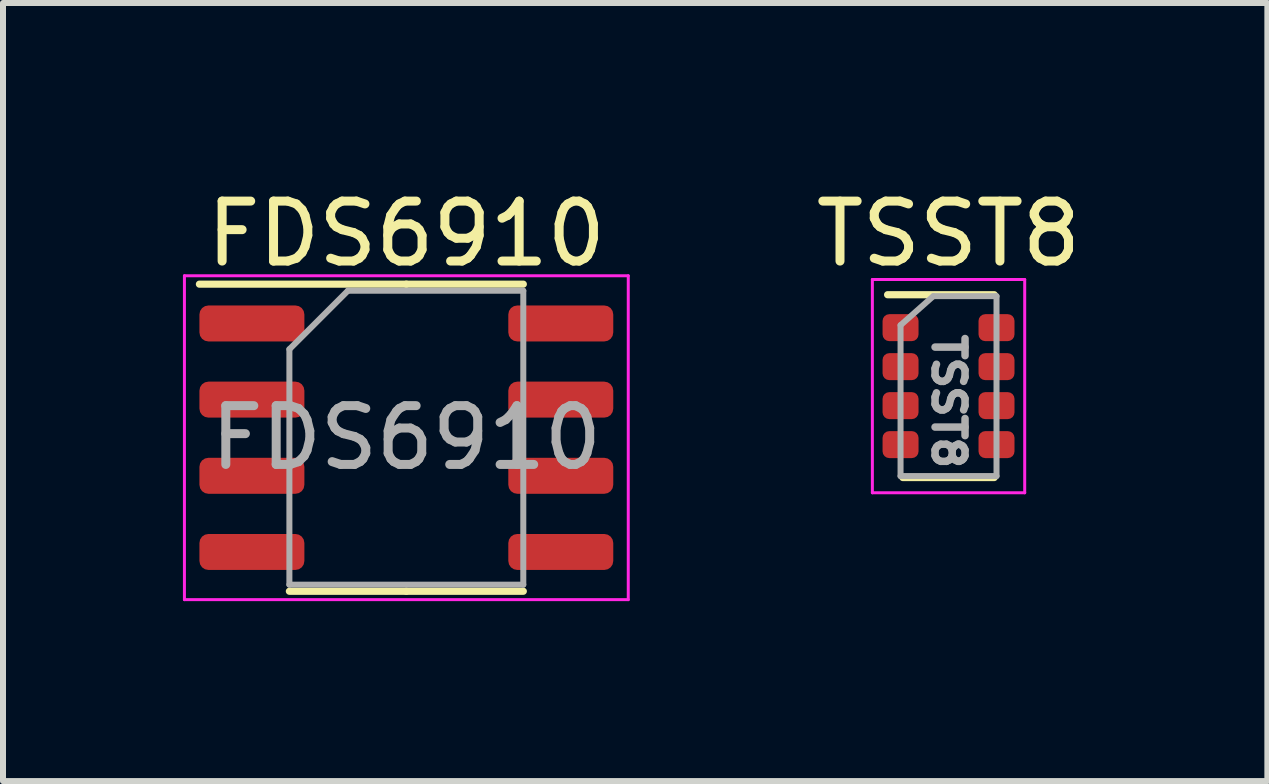
<source format=kicad_pcb>
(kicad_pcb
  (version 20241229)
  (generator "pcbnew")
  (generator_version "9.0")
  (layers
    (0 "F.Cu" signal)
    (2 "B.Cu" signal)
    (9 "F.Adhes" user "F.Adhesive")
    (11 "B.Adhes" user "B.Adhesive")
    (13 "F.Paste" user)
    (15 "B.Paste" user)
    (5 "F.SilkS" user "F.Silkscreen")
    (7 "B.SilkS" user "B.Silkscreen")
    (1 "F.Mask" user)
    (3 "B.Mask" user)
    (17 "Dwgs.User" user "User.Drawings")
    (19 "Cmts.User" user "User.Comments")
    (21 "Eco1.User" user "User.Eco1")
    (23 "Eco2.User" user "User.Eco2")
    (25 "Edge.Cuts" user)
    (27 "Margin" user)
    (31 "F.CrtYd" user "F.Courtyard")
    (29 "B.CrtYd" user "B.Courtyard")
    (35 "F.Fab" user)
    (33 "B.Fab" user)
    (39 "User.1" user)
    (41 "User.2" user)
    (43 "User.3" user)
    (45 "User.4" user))
  (footprint "FDS6910"
    (layer "F.Cu")
    (at 3.725 4.248)
    (property "Reference" "FDS6910" (at 0 -3.4 0) (layer "F.SilkS") (effects (font (size 1 1) (thickness 0.15))))
    (attr smd)
    (fp_line (start 0 -2.56) (end -3.45 -2.56) (stroke (width 0.12) (type solid)) (layer "F.SilkS"))
    (fp_line (start 0 -2.56) (end 1.95 -2.56) (stroke (width 0.12) (type solid)) (layer "F.SilkS"))
    (fp_line (start 0 2.56) (end -1.95 2.56) (stroke (width 0.12) (type solid)) (layer "F.SilkS"))
    (fp_line (start 0 2.56) (end 1.95 2.56) (stroke (width 0.12) (type solid)) (layer "F.SilkS"))
    (fp_line (start -3.7 -2.7) (end -3.7 2.7) (stroke (width 0.05) (type solid)) (layer "F.CrtYd"))
    (fp_line (start -3.7 2.7) (end 3.7 2.7) (stroke (width 0.05) (type solid)) (layer "F.CrtYd"))
    (fp_line (start 3.7 -2.7) (end -3.7 -2.7) (stroke (width 0.05) (type solid)) (layer "F.CrtYd"))
    (fp_line (start 3.7 2.7) (end 3.7 -2.7) (stroke (width 0.05) (type solid)) (layer "F.CrtYd"))
    (fp_line (start -1.95 -1.475) (end -0.975 -2.45) (stroke (width 0.1) (type solid)) (layer "F.Fab"))
    (fp_line (start -1.95 2.45) (end -1.95 -1.475) (stroke (width 0.1) (type solid)) (layer "F.Fab"))
    (fp_line (start -0.975 -2.45) (end 1.95 -2.45) (stroke (width 0.1) (type solid)) (layer "F.Fab"))
    (fp_line (start 1.95 -2.45) (end 1.95 2.45) (stroke (width 0.1) (type solid)) (layer "F.Fab"))
    (fp_line (start 1.95 2.45) (end -1.95 2.45) (stroke (width 0.1) (type solid)) (layer "F.Fab"))
    (fp_text user "${REFERENCE}" (at 0 0 0) (layer "F.Fab") (effects (font (size 0.98 0.98) (thickness 0.15))))
    (pad "1" smd roundrect (at -2.575 -1.905) (size 1.75 0.6) (layers "F.Cu" "F.Mask" "F.Paste") (roundrect_rratio 0.25))
    (pad "2" smd roundrect (at -2.575 -0.635) (size 1.75 0.6) (layers "F.Cu" "F.Mask" "F.Paste") (roundrect_rratio 0.25))
    (pad "3" smd roundrect (at -2.575 0.635) (size 1.75 0.6) (layers "F.Cu" "F.Mask" "F.Paste") (roundrect_rratio 0.25))
    (pad "4" smd roundrect (at -2.575 1.905) (size 1.75 0.6) (layers "F.Cu" "F.Mask" "F.Paste") (roundrect_rratio 0.25))
    (pad "5" smd roundrect (at 2.575 0.635) (size 1.75 0.6) (layers "F.Cu" "F.Mask" "F.Paste") (roundrect_rratio 0.25))
    (pad "5" smd roundrect (at 2.575 1.905) (size 1.75 0.6) (layers "F.Cu" "F.Mask" "F.Paste") (roundrect_rratio 0.25))
    (pad "6" smd roundrect (at 2.575 -1.905) (size 1.75 0.6) (layers "F.Cu" "F.Mask" "F.Paste") (roundrect_rratio 0.25))
    (pad "6" smd roundrect (at 2.575 -0.635) (size 1.75 0.6) (layers "F.Cu" "F.Mask" "F.Paste") (roundrect_rratio 0.25)))
  (footprint "TSST8"
    (layer "F.Cu")
    (at 12.765 3.388)
    (property "Reference" "TSST8" (at 0 -2.54 0) (unlocked yes) (layer "F.SilkS") (effects (font (size 1 1) (thickness 0.15))))
    (attr smd)
    (fp_line (start 0.762 -1.524) (end -1.016 -1.524) (stroke (width 0.12) (type solid)) (layer "F.SilkS"))
    (fp_line (start 0.762 1.524) (end -0.762 1.524) (stroke (width 0.12) (type solid)) (layer "F.SilkS"))
    (fp_line (start -1.27 -1.778) (end 1.27 -1.778) (stroke (width 0.05) (type solid)) (layer "F.CrtYd"))
    (fp_line (start -1.27 1.778) (end -1.27 -1.778) (stroke (width 0.05) (type solid)) (layer "F.CrtYd"))
    (fp_line (start 1.27 -1.778) (end 1.27 1.778) (stroke (width 0.05) (type solid)) (layer "F.CrtYd"))
    (fp_line (start 1.27 1.778) (end -1.27 1.778) (stroke (width 0.05) (type solid)) (layer "F.CrtYd"))
    (fp_line (start -0.8 -1.016) (end -0.8 1.5) (stroke (width 0.1) (type solid)) (layer "F.Fab"))
    (fp_line (start -0.8 -1.016) (end -0.254 -1.5) (stroke (width 0.1) (type solid)) (layer "F.Fab"))
    (fp_line (start -0.8 1.5) (end 0.8 1.5) (stroke (width 0.1) (type solid)) (layer "F.Fab"))
    (fp_line (start 0.8 -1.5) (end -0.254 -1.5) (stroke (width 0.1) (type solid)) (layer "F.Fab"))
    (fp_line (start 0.8 1.5) (end 0.8 -1.5) (stroke (width 0.1) (type solid)) (layer "F.Fab"))
    (fp_text user "${REFERENCE}" (at 0 0.254 270) (unlocked yes) (layer "F.Fab") (effects (font (size 0.5 0.5) (thickness 0.125))))
    (pad "1" smd roundrect (at -0.8 -0.975 90) (size 0.45 0.6) (layers "F.Cu" "F.Mask" "F.Paste") (roundrect_rratio 0.25))
    (pad "2" smd roundrect (at -0.8 -0.325 90) (size 0.45 0.6) (layers "F.Cu" "F.Mask" "F.Paste") (roundrect_rratio 0.25))
    (pad "3" smd roundrect (at -0.8 0.325 90) (size 0.45 0.6) (layers "F.Cu" "F.Mask" "F.Paste") (roundrect_rratio 0.25))
    (pad "4" smd roundrect (at -0.8 0.975 90) (size 0.45 0.6) (layers "F.Cu" "F.Mask" "F.Paste") (roundrect_rratio 0.25))
    (pad "5" smd roundrect (at 0.8 0.975 90) (size 0.45 0.6) (layers "F.Cu" "F.Mask" "F.Paste") (roundrect_rratio 0.25))
    (pad "6" smd roundrect (at 0.8 0.325 90) (size 0.45 0.6) (layers "F.Cu" "F.Mask" "F.Paste") (roundrect_rratio 0.25))
    (pad "7" smd roundrect (at 0.8 -0.325 90) (size 0.45 0.6) (layers "F.Cu" "F.Mask" "F.Paste") (roundrect_rratio 0.25))
    (pad "8" smd roundrect (at 0.8 -0.975 90) (size 0.45 0.6) (layers "F.Cu" "F.Mask" "F.Paste") (roundrect_rratio 0.25)))
  (gr_rect
    (start -3 -3)
    (end 18.081 9.973)
    (stroke (width 0.1) (type default))
    (fill no)
    (layer "Edge.Cuts")))
</source>
